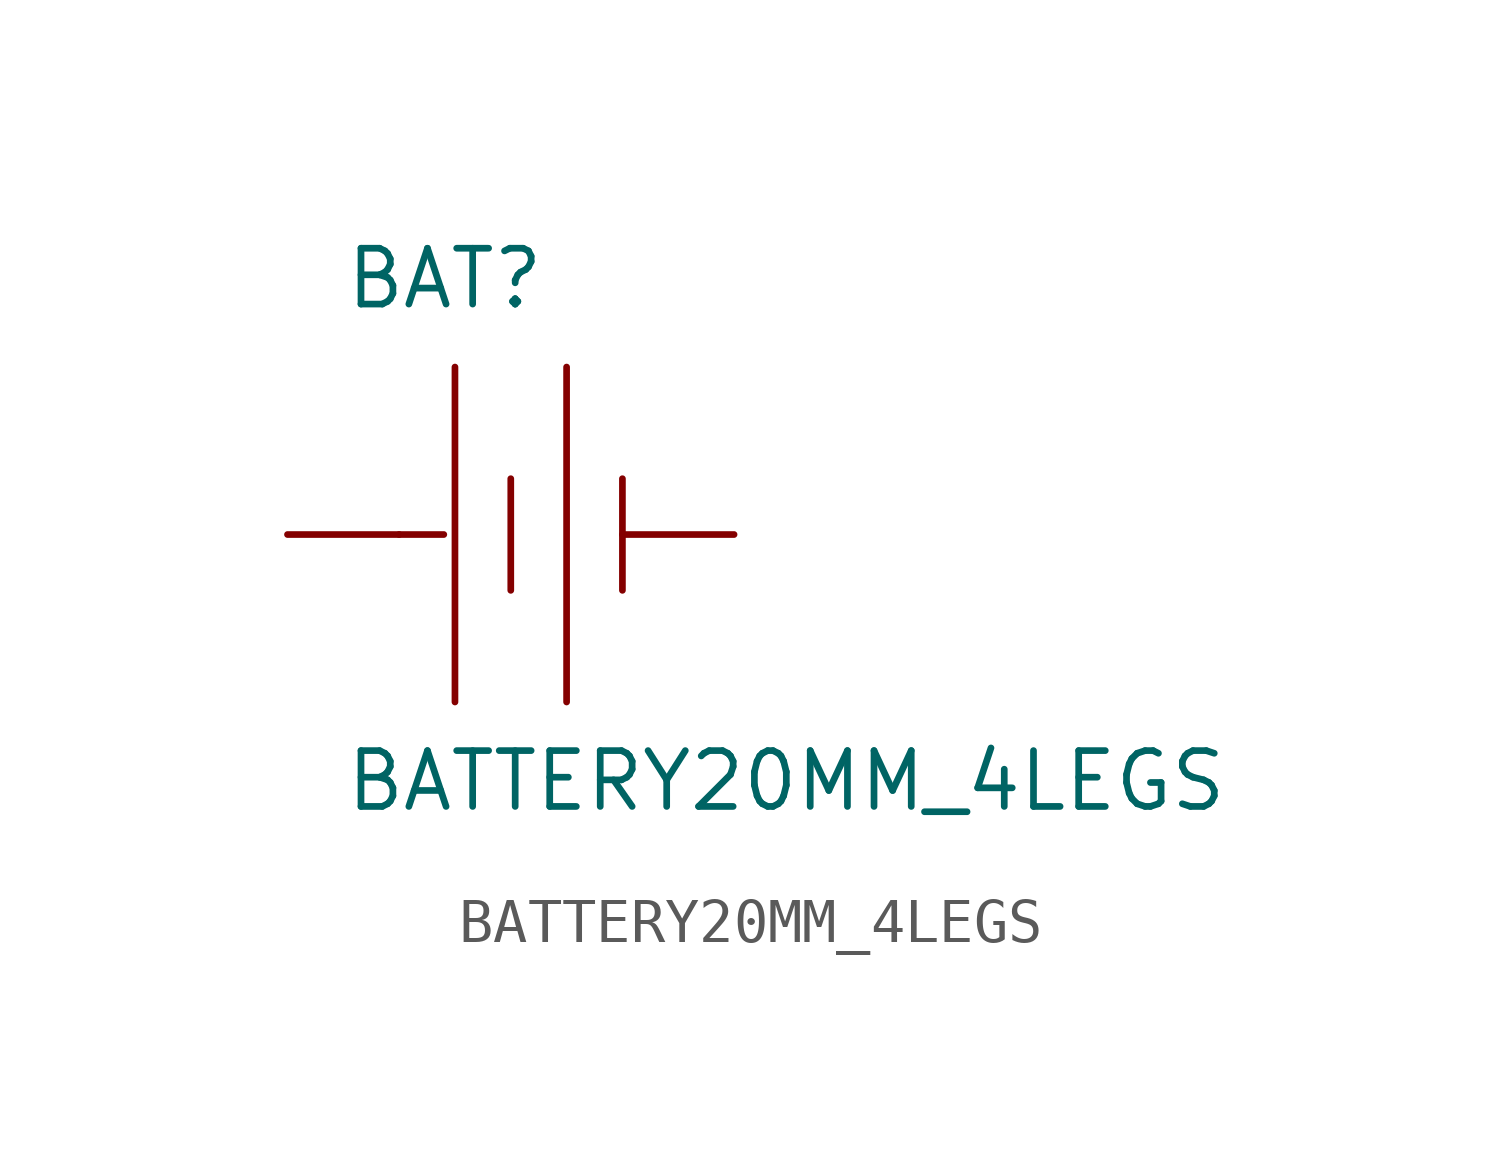
<source format=kicad_sym>
(kicad_symbol_lib
  (version 20220914)
  (generator kicad_symbol_editor)
  (symbol "BATTERY20MM_4LEGS"
    (pin_numbers hide)
    (pin_names
      (offset 1.016) hide)
    (property "Reference" "BAT"
      (at -3.81 5.08 0)
      (effects (font (size 1.27 1.27)) (justify left bottom)))
    (property "Value" "BATTERY20MM_4LEGS"
      (at -3.81 -6.35 0)
      (effects (font (size 1.27 1.27)) (justify left bottom)))
    (property "ki_locked" ""
      (at 0 0 0)
      (effects (font (size 1.27 1.27))))
    (symbol "BATTERY20MM_4LEGS_1_0"
      (polyline (pts (xy -2.54 0) (xy -1.524 0)) (stroke (width 0) (type solid)) (fill (type none)))
      (polyline (pts (xy -1.27 3.81) (xy -1.27 -3.81)) (stroke (width 0) (type solid)) (fill (type none)))
      (polyline (pts (xy 0 1.27) (xy 0 -1.27)) (stroke (width 0) (type solid)) (fill (type none)))
      (polyline (pts (xy 1.27 3.81) (xy 1.27 -3.81)) (stroke (width 0) (type solid)) (fill (type none)))
      (polyline (pts (xy 2.54 1.27) (xy 2.54 -1.27)) (stroke (width 0) (type solid)) (fill (type none))))
    (symbol "BATTERY20MM_4LEGS_1_1"
      (pin power_in line (at 5.08 0 180) (length 2.54) (name "-" (effects (font (size 1.016 1.016)))) (number "NEGATIVE" (effects (font (size 1.016 1.016)))))
      (pin power_in line (at -5.08 0 0) (length 2.54) (name "+" (effects (font (size 1.016 1.016)))) (number "POSITIVE@1" (effects (font (size 1.016 1.016)))))
      (pin power_in line (at -5.08 0 0) (length 2.54) hide (name "+" (effects (font (size 1.016 1.016)))) (number "POSITIVE@2" (effects (font (size 1.016 1.016)))))
      (pin power_in line (at -5.08 0 0) (length 2.54) hide (name "+" (effects (font (size 1.016 1.016)))) (number "POSITIVE@3" (effects (font (size 1.016 1.016)))))
      (pin power_in line (at -5.08 0 0) (length 2.54) hide (name "+" (effects (font (size 1.016 1.016)))) (number "POSITIVE@4" (effects (font (size 1.016 1.016))))))))
</source>
